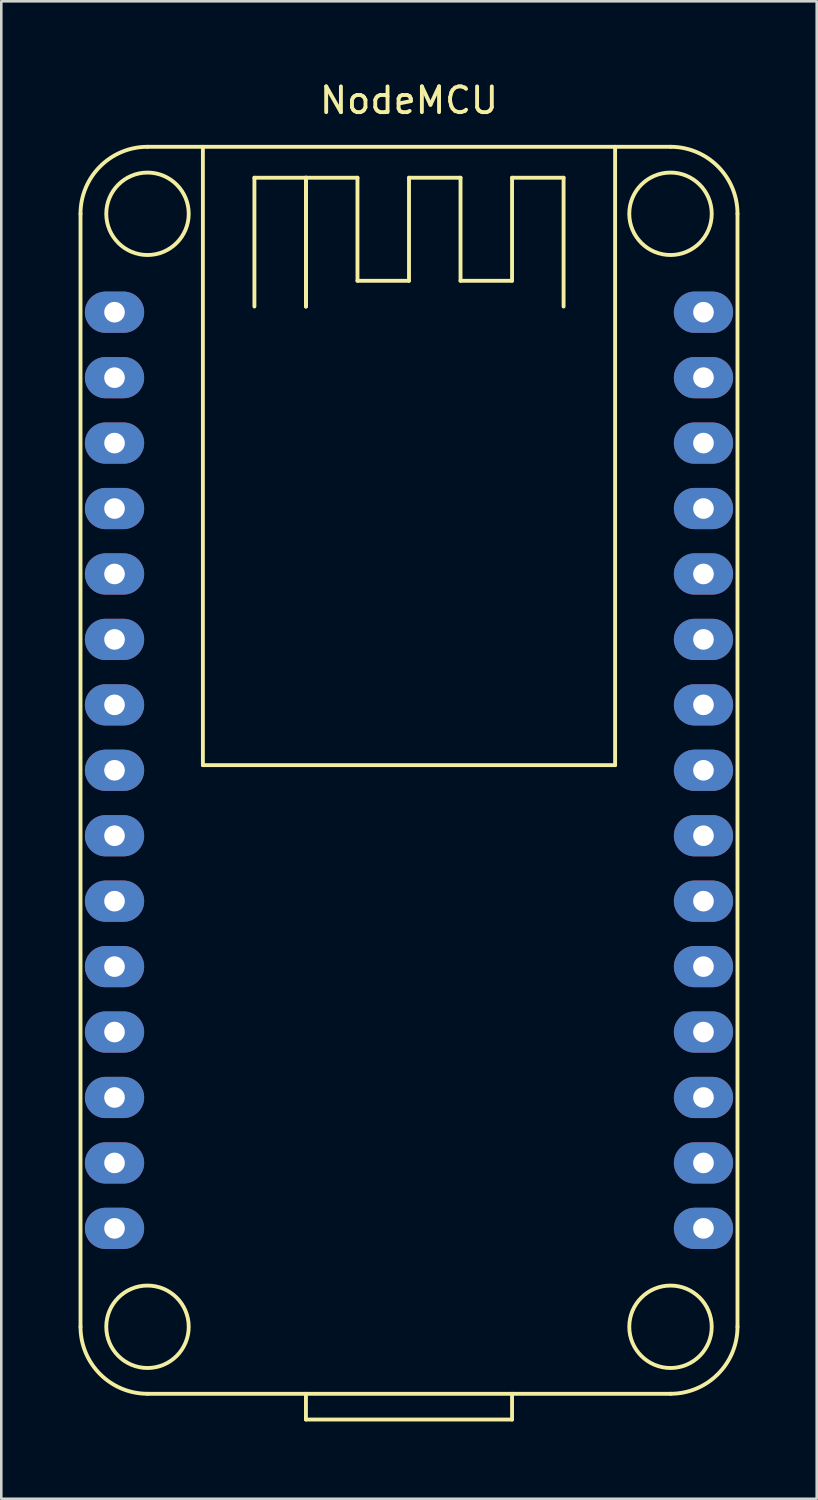
<source format=kicad_pcb>
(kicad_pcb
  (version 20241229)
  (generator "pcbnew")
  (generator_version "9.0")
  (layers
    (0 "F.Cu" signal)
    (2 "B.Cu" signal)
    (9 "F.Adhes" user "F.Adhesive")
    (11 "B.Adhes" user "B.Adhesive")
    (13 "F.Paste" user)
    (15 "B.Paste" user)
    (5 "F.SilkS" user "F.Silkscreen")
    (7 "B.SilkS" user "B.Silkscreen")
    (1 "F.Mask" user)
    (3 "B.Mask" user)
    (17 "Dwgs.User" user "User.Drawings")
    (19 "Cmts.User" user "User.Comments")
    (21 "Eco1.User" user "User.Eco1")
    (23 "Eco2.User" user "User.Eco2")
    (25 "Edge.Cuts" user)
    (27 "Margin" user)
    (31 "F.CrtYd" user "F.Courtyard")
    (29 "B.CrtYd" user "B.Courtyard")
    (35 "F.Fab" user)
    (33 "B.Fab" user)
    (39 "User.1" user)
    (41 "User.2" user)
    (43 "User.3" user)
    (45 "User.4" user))
  (footprint "NodeMCU"
    (layer "F.Cu")
    (at 12.825 26.848)
    (property "Reference" "NodeMCU" (at 0 -26 180) (layer "F.SilkS") (effects (font (size 1 1) (thickness 0.15))))
    (attr through_hole)
    (fp_line (start -12.75 -21.6) (end -12.75 21.6) (stroke (width 0.15) (type solid)) (layer "F.SilkS"))
    (fp_line (start -8 -24.2) (end -8 -0.2) (stroke (width 0.15) (type solid)) (layer "F.SilkS"))
    (fp_line (start -6 -23) (end -6 -18) (stroke (width 0.15) (type solid)) (layer "F.SilkS"))
    (fp_line (start -4 -23) (end -6 -23) (stroke (width 0.15) (type solid)) (layer "F.SilkS"))
    (fp_line (start -4 -23) (end -4 -18) (stroke (width 0.15) (type solid)) (layer "F.SilkS"))
    (fp_line (start -4 -18) (end -4 -23) (stroke (width 0.15) (type solid)) (layer "F.SilkS"))
    (fp_line (start -4 25.2) (end -4 24.2) (stroke (width 0.15) (type solid)) (layer "F.SilkS"))
    (fp_line (start -2 -23) (end -4 -23) (stroke (width 0.15) (type solid)) (layer "F.SilkS"))
    (fp_line (start -2 -19) (end -2 -23) (stroke (width 0.15) (type solid)) (layer "F.SilkS"))
    (fp_line (start 0 -23) (end 0 -19) (stroke (width 0.15) (type solid)) (layer "F.SilkS"))
    (fp_line (start 0 -19) (end -2 -19) (stroke (width 0.15) (type solid)) (layer "F.SilkS"))
    (fp_line (start 2 -23) (end 0 -23) (stroke (width 0.15) (type solid)) (layer "F.SilkS"))
    (fp_line (start 2 -19) (end 2 -23) (stroke (width 0.15) (type solid)) (layer "F.SilkS"))
    (fp_line (start 4 -23) (end 4 -19) (stroke (width 0.15) (type solid)) (layer "F.SilkS"))
    (fp_line (start 4 -19) (end 2 -19) (stroke (width 0.15) (type solid)) (layer "F.SilkS"))
    (fp_line (start 4 25.2) (end -4 25.2) (stroke (width 0.15) (type solid)) (layer "F.SilkS"))
    (fp_line (start 4 25.2) (end 4 24.2) (stroke (width 0.15) (type solid)) (layer "F.SilkS"))
    (fp_line (start 6 -23) (end 4 -23) (stroke (width 0.15) (type solid)) (layer "F.SilkS"))
    (fp_line (start 6 -18) (end 6 -23) (stroke (width 0.15) (type solid)) (layer "F.SilkS"))
    (fp_line (start 8 -24.2) (end 8 -0.2) (stroke (width 0.15) (type solid)) (layer "F.SilkS"))
    (fp_line (start 8 -0.2) (end -8 -0.2) (stroke (width 0.15) (type solid)) (layer "F.SilkS"))
    (fp_line (start 10.15 -24.2) (end -10.15 -24.2) (stroke (width 0.15) (type solid)) (layer "F.SilkS"))
    (fp_line (start 10.15 24.2) (end -10.15 24.2) (stroke (width 0.15) (type solid)) (layer "F.SilkS"))
    (fp_line (start 12.75 21.6) (end 12.75 -21.6) (stroke (width 0.15) (type solid)) (layer "F.SilkS"))
    (fp_arc (start -12.75 -21.6) (mid -11.988478 -23.438478) (end -10.15 -24.2) (stroke (width 0.15) (type solid)) (layer "F.SilkS"))
    (fp_arc (start -10.15 24.2) (mid -11.988478 23.438478) (end -12.75 21.6) (stroke (width 0.15) (type solid)) (layer "F.SilkS"))
    (fp_arc (start 10.15 -24.2) (mid 11.988478 -23.438478) (end 12.75 -21.6) (stroke (width 0.15) (type solid)) (layer "F.SilkS"))
    (fp_arc (start 12.75 21.6) (mid 11.988478 23.438478) (end 10.15 24.2) (stroke (width 0.15) (type solid)) (layer "F.SilkS"))
    (fp_circle (center -10.15 -21.6) (end -11.75 -21.6) (stroke (width 0.15) (type solid)) (fill no) (layer "F.SilkS"))
    (fp_circle (center -10.15 21.6) (end -11.75 21.6) (stroke (width 0.15) (type solid)) (fill no) (layer "F.SilkS"))
    (fp_circle (center 10.15 -21.6) (end 8.55 -21.6) (stroke (width 0.15) (type solid)) (fill no) (layer "F.SilkS"))
    (fp_circle (center 10.15 21.6) (end 8.55 21.6) (stroke (width 0.15) (type solid)) (fill no) (layer "F.SilkS"))
    (pad "1" thru_hole oval (at -11.43 -17.78) (size 2.3 1.6) (drill 0.8) (layers "*.Cu" "*.Mask"))
    (pad "2" thru_hole oval (at -11.43 -15.24) (size 2.3 1.6) (drill 0.8) (layers "*.Cu" "*.Mask"))
    (pad "3" thru_hole oval (at -11.43 -12.7) (size 2.3 1.6) (drill 0.8) (layers "*.Cu" "*.Mask"))
    (pad "4" thru_hole oval (at -11.43 -10.16) (size 2.3 1.6) (drill 0.8) (layers "*.Cu" "*.Mask"))
    (pad "5" thru_hole oval (at -11.43 -7.62) (size 2.3 1.6) (drill 0.8) (layers "*.Cu" "*.Mask"))
    (pad "6" thru_hole oval (at -11.43 -5.08) (size 2.3 1.6) (drill 0.8) (layers "*.Cu" "*.Mask"))
    (pad "7" thru_hole oval (at -11.43 -2.54) (size 2.3 1.6) (drill 0.8) (layers "*.Cu" "*.Mask"))
    (pad "8" thru_hole oval (at -11.43 0) (size 2.3 1.6) (drill 0.8) (layers "*.Cu" "*.Mask"))
    (pad "9" thru_hole oval (at -11.43 2.54) (size 2.3 1.6) (drill 0.8) (layers "*.Cu" "*.Mask"))
    (pad "10" thru_hole oval (at -11.43 5.08) (size 2.3 1.6) (drill 0.8) (layers "*.Cu" "*.Mask"))
    (pad "11" thru_hole oval (at -11.43 7.62) (size 2.3 1.6) (drill 0.8) (layers "*.Cu" "*.Mask"))
    (pad "12" thru_hole oval (at -11.43 10.16) (size 2.3 1.6) (drill 0.8) (layers "*.Cu" "*.Mask"))
    (pad "13" thru_hole oval (at -11.43 12.7) (size 2.3 1.6) (drill 0.8) (layers "*.Cu" "*.Mask"))
    (pad "14" thru_hole oval (at -11.43 15.24) (size 2.3 1.6) (drill 0.8) (layers "*.Cu" "*.Mask"))
    (pad "15" thru_hole oval (at -11.43 17.78) (size 2.3 1.6) (drill 0.8) (layers "*.Cu" "*.Mask"))
    (pad "16" thru_hole oval (at 11.43 17.78) (size 2.3 1.6) (drill 0.8) (layers "*.Cu" "*.Mask"))
    (pad "17" thru_hole oval (at 11.43 15.24) (size 2.3 1.6) (drill 0.8) (layers "*.Cu" "*.Mask"))
    (pad "18" thru_hole oval (at 11.43 12.7) (size 2.3 1.6) (drill 0.8) (layers "*.Cu" "*.Mask"))
    (pad "19" thru_hole oval (at 11.43 10.16) (size 2.3 1.6) (drill 0.8) (layers "*.Cu" "*.Mask"))
    (pad "20" thru_hole oval (at 11.43 7.62) (size 2.3 1.6) (drill 0.8) (layers "*.Cu" "*.Mask"))
    (pad "21" thru_hole oval (at 11.43 5.08) (size 2.3 1.6) (drill 0.8) (layers "*.Cu" "*.Mask"))
    (pad "22" thru_hole oval (at 11.43 2.54) (size 2.3 1.6) (drill 0.8) (layers "*.Cu" "*.Mask"))
    (pad "23" thru_hole oval (at 11.43 0) (size 2.3 1.6) (drill 0.8) (layers "*.Cu" "*.Mask"))
    (pad "24" thru_hole oval (at 11.43 -2.54) (size 2.3 1.6) (drill 0.8) (layers "*.Cu" "*.Mask"))
    (pad "25" thru_hole oval (at 11.43 -5.08) (size 2.3 1.6) (drill 0.8) (layers "*.Cu" "*.Mask"))
    (pad "26" thru_hole oval (at 11.43 -7.62) (size 2.3 1.6) (drill 0.8) (layers "*.Cu" "*.Mask"))
    (pad "27" thru_hole oval (at 11.43 -10.16) (size 2.3 1.6) (drill 0.8) (layers "*.Cu" "*.Mask"))
    (pad "28" thru_hole oval (at 11.43 -12.7) (size 2.3 1.6) (drill 0.8) (layers "*.Cu" "*.Mask"))
    (pad "29" thru_hole oval (at 11.43 -15.24) (size 2.3 1.6) (drill 0.8) (layers "*.Cu" "*.Mask"))
    (pad "30" thru_hole oval (at 11.43 -17.78) (size 2.3 1.6) (drill 0.8) (layers "*.Cu" "*.Mask")))
  (gr_rect
    (start -3 -3)
    (end 28.65 55.123)
    (stroke (width 0.1) (type default))
    (fill no)
    (layer "Edge.Cuts")))
</source>
